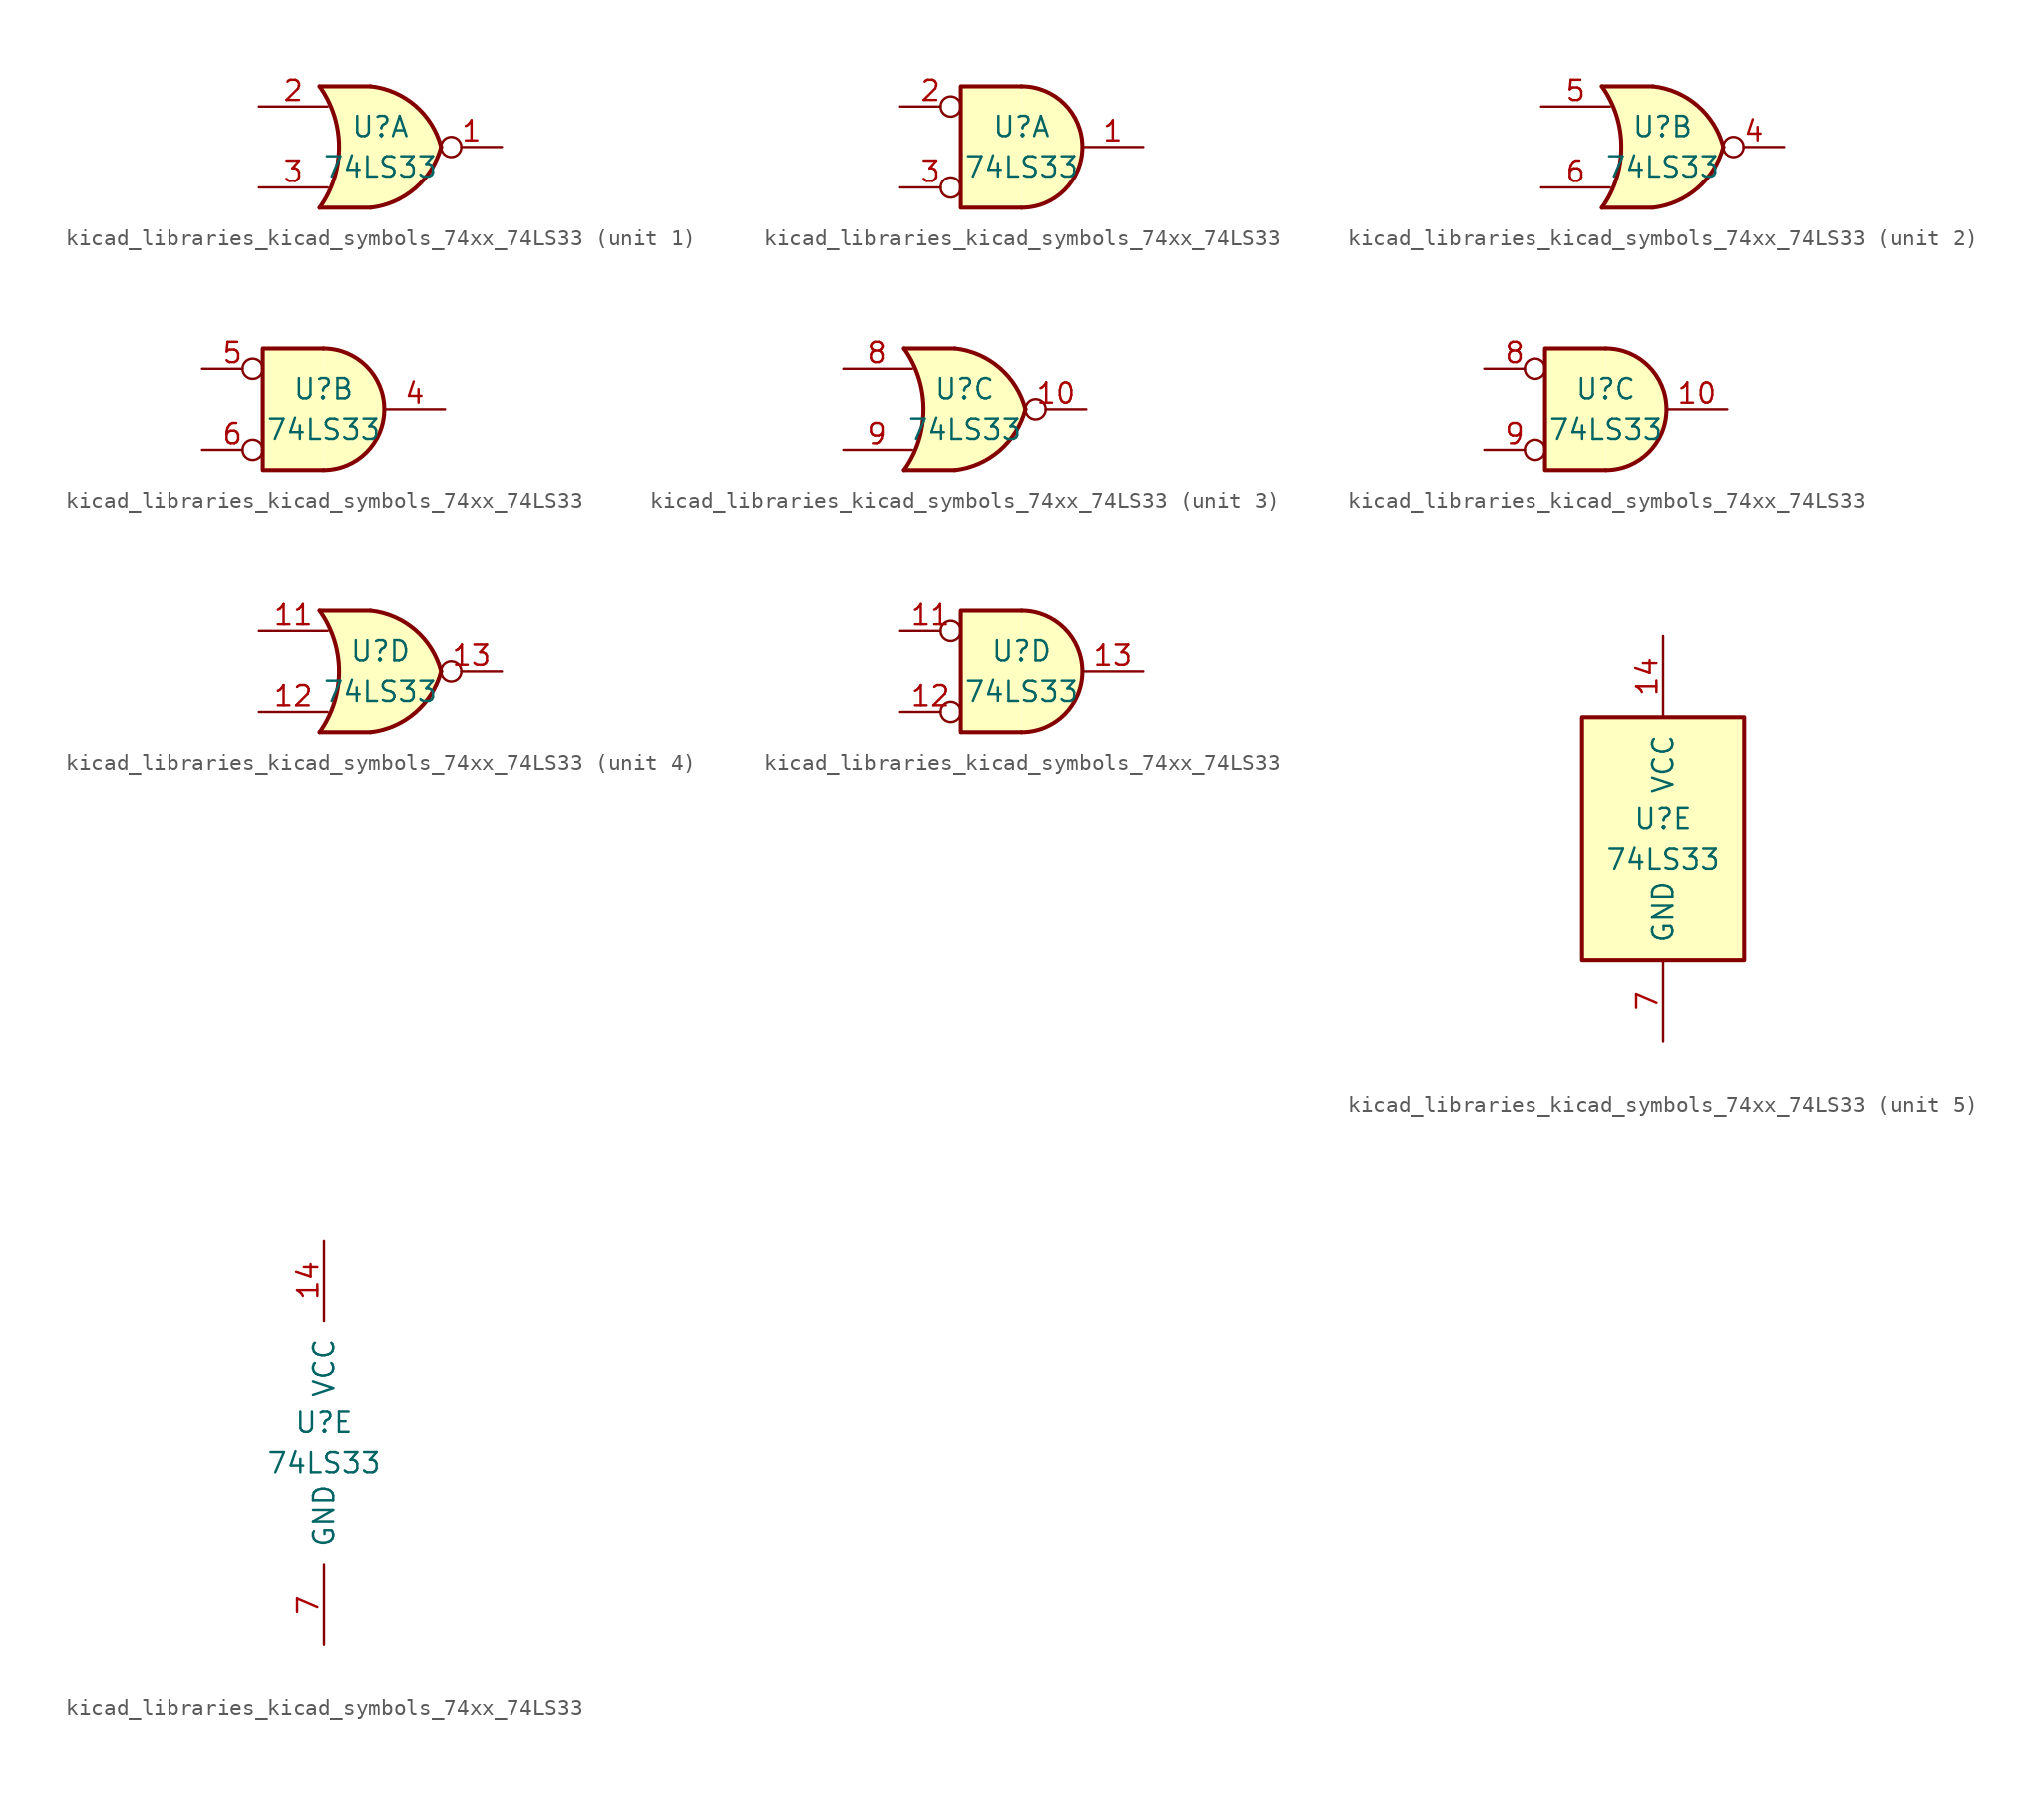
<source format=kicad_sym>
(kicad_symbol_lib
  (version 20220914)
  (generator kicad_symbol_editor)
  (symbol "kicad_libraries_kicad_symbols_74xx_74LS33"
    (pin_names
      (offset 1.016))
    (property "Reference" "U"
      (at 0 1.27 0)
      (effects (font (size 1.27 1.27))))
    (property "Value" "74LS33"
      (at 0 -1.27 0)
      (effects (font (size 1.27 1.27))))
    (property "ki_locked" ""
      (at 0 0 0)
      (effects (font (size 1.27 1.27))))
    (symbol "kicad_libraries_kicad_symbols_74xx_74LS33_1_1"
      (arc (start -3.81 -3.81) (mid -2.589 0) (end -3.81 3.81) (stroke (width 0.254) (type default)) (fill (type none)))
      (arc (start -0.6096 -3.81) (mid 2.1842 -2.5851) (end 3.81 0) (stroke (width 0.254) (type default)) (fill (type background)))
      (polyline (pts (xy -3.81 -3.81) (xy -0.635 -3.81)) (stroke (width 0.254) (type default)) (fill (type background)))
      (polyline (pts (xy -3.81 3.81) (xy -0.635 3.81)) (stroke (width 0.254) (type default)) (fill (type background)))
      (polyline (pts (xy -0.635 3.81) (xy -3.81 3.81) (xy -3.81 3.81) (xy -3.556 3.404) (xy -3.023 2.261) (xy -2.692 1.041) (xy -2.616 -0.254) (xy -2.769 -1.499) (xy -3.175 -2.718) (xy -3.81 -3.81) (xy -3.81 -3.81) (xy -0.635 -3.81)) (stroke (width -25.4) (type default)) (fill (type background)))
      (arc (start 3.81 0) (mid 2.1915 2.5936) (end -0.6096 3.81) (stroke (width 0.254) (type default)) (fill (type background)))
      (pin open_collector inverted (at 7.62 0 180) (length 3.81) (name "~" (effects (font (size 1.27 1.27)))) (number "1" (effects (font (size 1.27 1.27)))))
      (pin input line (at -7.62 2.54 0) (length 4.318) (name "~" (effects (font (size 1.27 1.27)))) (number "2" (effects (font (size 1.27 1.27)))))
      (pin input line (at -7.62 -2.54 0) (length 4.318) (name "~" (effects (font (size 1.27 1.27)))) (number "3" (effects (font (size 1.27 1.27))))))
    (symbol "kicad_libraries_kicad_symbols_74xx_74LS33_1_2"
      (arc (start 0 -3.81) (mid 3.7934 0) (end 0 3.81) (stroke (width 0.254) (type default)) (fill (type background)))
      (polyline (pts (xy 0 3.81) (xy -3.81 3.81) (xy -3.81 -3.81) (xy 0 -3.81)) (stroke (width 0.254) (type default)) (fill (type background)))
      (pin open_collector line (at 7.62 0 180) (length 3.81) (name "~" (effects (font (size 1.27 1.27)))) (number "1" (effects (font (size 1.27 1.27)))))
      (pin input inverted (at -7.62 2.54 0) (length 3.81) (name "~" (effects (font (size 1.27 1.27)))) (number "2" (effects (font (size 1.27 1.27)))))
      (pin input inverted (at -7.62 -2.54 0) (length 3.81) (name "~" (effects (font (size 1.27 1.27)))) (number "3" (effects (font (size 1.27 1.27))))))
    (symbol "kicad_libraries_kicad_symbols_74xx_74LS33_2_1"
      (arc (start -3.81 -3.81) (mid -2.589 0) (end -3.81 3.81) (stroke (width 0.254) (type default)) (fill (type none)))
      (arc (start -0.6096 -3.81) (mid 2.1842 -2.5851) (end 3.81 0) (stroke (width 0.254) (type default)) (fill (type background)))
      (polyline (pts (xy -3.81 -3.81) (xy -0.635 -3.81)) (stroke (width 0.254) (type default)) (fill (type background)))
      (polyline (pts (xy -3.81 3.81) (xy -0.635 3.81)) (stroke (width 0.254) (type default)) (fill (type background)))
      (polyline (pts (xy -0.635 3.81) (xy -3.81 3.81) (xy -3.81 3.81) (xy -3.556 3.404) (xy -3.023 2.261) (xy -2.692 1.041) (xy -2.616 -0.254) (xy -2.769 -1.499) (xy -3.175 -2.718) (xy -3.81 -3.81) (xy -3.81 -3.81) (xy -0.635 -3.81)) (stroke (width -25.4) (type default)) (fill (type background)))
      (arc (start 3.81 0) (mid 2.1915 2.5936) (end -0.6096 3.81) (stroke (width 0.254) (type default)) (fill (type background)))
      (pin open_collector inverted (at 7.62 0 180) (length 3.81) (name "~" (effects (font (size 1.27 1.27)))) (number "4" (effects (font (size 1.27 1.27)))))
      (pin input line (at -7.62 2.54 0) (length 4.318) (name "~" (effects (font (size 1.27 1.27)))) (number "5" (effects (font (size 1.27 1.27)))))
      (pin input line (at -7.62 -2.54 0) (length 4.318) (name "~" (effects (font (size 1.27 1.27)))) (number "6" (effects (font (size 1.27 1.27))))))
    (symbol "kicad_libraries_kicad_symbols_74xx_74LS33_2_2"
      (arc (start 0 -3.81) (mid 3.7934 0) (end 0 3.81) (stroke (width 0.254) (type default)) (fill (type background)))
      (polyline (pts (xy 0 3.81) (xy -3.81 3.81) (xy -3.81 -3.81) (xy 0 -3.81)) (stroke (width 0.254) (type default)) (fill (type background)))
      (pin open_collector line (at 7.62 0 180) (length 3.81) (name "~" (effects (font (size 1.27 1.27)))) (number "4" (effects (font (size 1.27 1.27)))))
      (pin input inverted (at -7.62 2.54 0) (length 3.81) (name "~" (effects (font (size 1.27 1.27)))) (number "5" (effects (font (size 1.27 1.27)))))
      (pin input inverted (at -7.62 -2.54 0) (length 3.81) (name "~" (effects (font (size 1.27 1.27)))) (number "6" (effects (font (size 1.27 1.27))))))
    (symbol "kicad_libraries_kicad_symbols_74xx_74LS33_3_1"
      (arc (start -3.81 -3.81) (mid -2.589 0) (end -3.81 3.81) (stroke (width 0.254) (type default)) (fill (type none)))
      (arc (start -0.6096 -3.81) (mid 2.1842 -2.5851) (end 3.81 0) (stroke (width 0.254) (type default)) (fill (type background)))
      (polyline (pts (xy -3.81 -3.81) (xy -0.635 -3.81)) (stroke (width 0.254) (type default)) (fill (type background)))
      (polyline (pts (xy -3.81 3.81) (xy -0.635 3.81)) (stroke (width 0.254) (type default)) (fill (type background)))
      (polyline (pts (xy -0.635 3.81) (xy -3.81 3.81) (xy -3.81 3.81) (xy -3.556 3.404) (xy -3.023 2.261) (xy -2.692 1.041) (xy -2.616 -0.254) (xy -2.769 -1.499) (xy -3.175 -2.718) (xy -3.81 -3.81) (xy -3.81 -3.81) (xy -0.635 -3.81)) (stroke (width -25.4) (type default)) (fill (type background)))
      (arc (start 3.81 0) (mid 2.1915 2.5936) (end -0.6096 3.81) (stroke (width 0.254) (type default)) (fill (type background)))
      (pin open_collector inverted (at 7.62 0 180) (length 3.81) (name "~" (effects (font (size 1.27 1.27)))) (number "10" (effects (font (size 1.27 1.27)))))
      (pin input line (at -7.62 2.54 0) (length 4.318) (name "~" (effects (font (size 1.27 1.27)))) (number "8" (effects (font (size 1.27 1.27)))))
      (pin input line (at -7.62 -2.54 0) (length 4.318) (name "~" (effects (font (size 1.27 1.27)))) (number "9" (effects (font (size 1.27 1.27))))))
    (symbol "kicad_libraries_kicad_symbols_74xx_74LS33_3_2"
      (arc (start 0 -3.81) (mid 3.7934 0) (end 0 3.81) (stroke (width 0.254) (type default)) (fill (type background)))
      (polyline (pts (xy 0 3.81) (xy -3.81 3.81) (xy -3.81 -3.81) (xy 0 -3.81)) (stroke (width 0.254) (type default)) (fill (type background)))
      (pin open_collector line (at 7.62 0 180) (length 3.81) (name "~" (effects (font (size 1.27 1.27)))) (number "10" (effects (font (size 1.27 1.27)))))
      (pin input inverted (at -7.62 2.54 0) (length 3.81) (name "~" (effects (font (size 1.27 1.27)))) (number "8" (effects (font (size 1.27 1.27)))))
      (pin input inverted (at -7.62 -2.54 0) (length 3.81) (name "~" (effects (font (size 1.27 1.27)))) (number "9" (effects (font (size 1.27 1.27))))))
    (symbol "kicad_libraries_kicad_symbols_74xx_74LS33_4_1"
      (arc (start -3.81 -3.81) (mid -2.589 0) (end -3.81 3.81) (stroke (width 0.254) (type default)) (fill (type none)))
      (arc (start -0.6096 -3.81) (mid 2.1842 -2.5851) (end 3.81 0) (stroke (width 0.254) (type default)) (fill (type background)))
      (polyline (pts (xy -3.81 -3.81) (xy -0.635 -3.81)) (stroke (width 0.254) (type default)) (fill (type background)))
      (polyline (pts (xy -3.81 3.81) (xy -0.635 3.81)) (stroke (width 0.254) (type default)) (fill (type background)))
      (polyline (pts (xy -0.635 3.81) (xy -3.81 3.81) (xy -3.81 3.81) (xy -3.556 3.404) (xy -3.023 2.261) (xy -2.692 1.041) (xy -2.616 -0.254) (xy -2.769 -1.499) (xy -3.175 -2.718) (xy -3.81 -3.81) (xy -3.81 -3.81) (xy -0.635 -3.81)) (stroke (width -25.4) (type default)) (fill (type background)))
      (arc (start 3.81 0) (mid 2.1915 2.5936) (end -0.6096 3.81) (stroke (width 0.254) (type default)) (fill (type background)))
      (pin input line (at -7.62 2.54 0) (length 4.318) (name "~" (effects (font (size 1.27 1.27)))) (number "11" (effects (font (size 1.27 1.27)))))
      (pin input line (at -7.62 -2.54 0) (length 4.318) (name "~" (effects (font (size 1.27 1.27)))) (number "12" (effects (font (size 1.27 1.27)))))
      (pin open_collector inverted (at 7.62 0 180) (length 3.81) (name "~" (effects (font (size 1.27 1.27)))) (number "13" (effects (font (size 1.27 1.27))))))
    (symbol "kicad_libraries_kicad_symbols_74xx_74LS33_4_2"
      (arc (start 0 -3.81) (mid 3.7934 0) (end 0 3.81) (stroke (width 0.254) (type default)) (fill (type background)))
      (polyline (pts (xy 0 3.81) (xy -3.81 3.81) (xy -3.81 -3.81) (xy 0 -3.81)) (stroke (width 0.254) (type default)) (fill (type background)))
      (pin input inverted (at -7.62 2.54 0) (length 3.81) (name "~" (effects (font (size 1.27 1.27)))) (number "11" (effects (font (size 1.27 1.27)))))
      (pin input inverted (at -7.62 -2.54 0) (length 3.81) (name "~" (effects (font (size 1.27 1.27)))) (number "12" (effects (font (size 1.27 1.27)))))
      (pin open_collector line (at 7.62 0 180) (length 3.81) (name "~" (effects (font (size 1.27 1.27)))) (number "13" (effects (font (size 1.27 1.27))))))
    (symbol "kicad_libraries_kicad_symbols_74xx_74LS33_5_0"
      (pin power_in line (at 0 12.7 270) (length 5.08) (name "VCC" (effects (font (size 1.27 1.27)))) (number "14" (effects (font (size 1.27 1.27)))))
      (pin power_in line (at 0 -12.7 90) (length 5.08) (name "GND" (effects (font (size 1.27 1.27)))) (number "7" (effects (font (size 1.27 1.27))))))
    (symbol "kicad_libraries_kicad_symbols_74xx_74LS33_5_1"
      (rectangle (start -5.08 7.62) (end 5.08 -7.62) (stroke (width 0.254) (type default)) (fill (type background))))))
</source>
